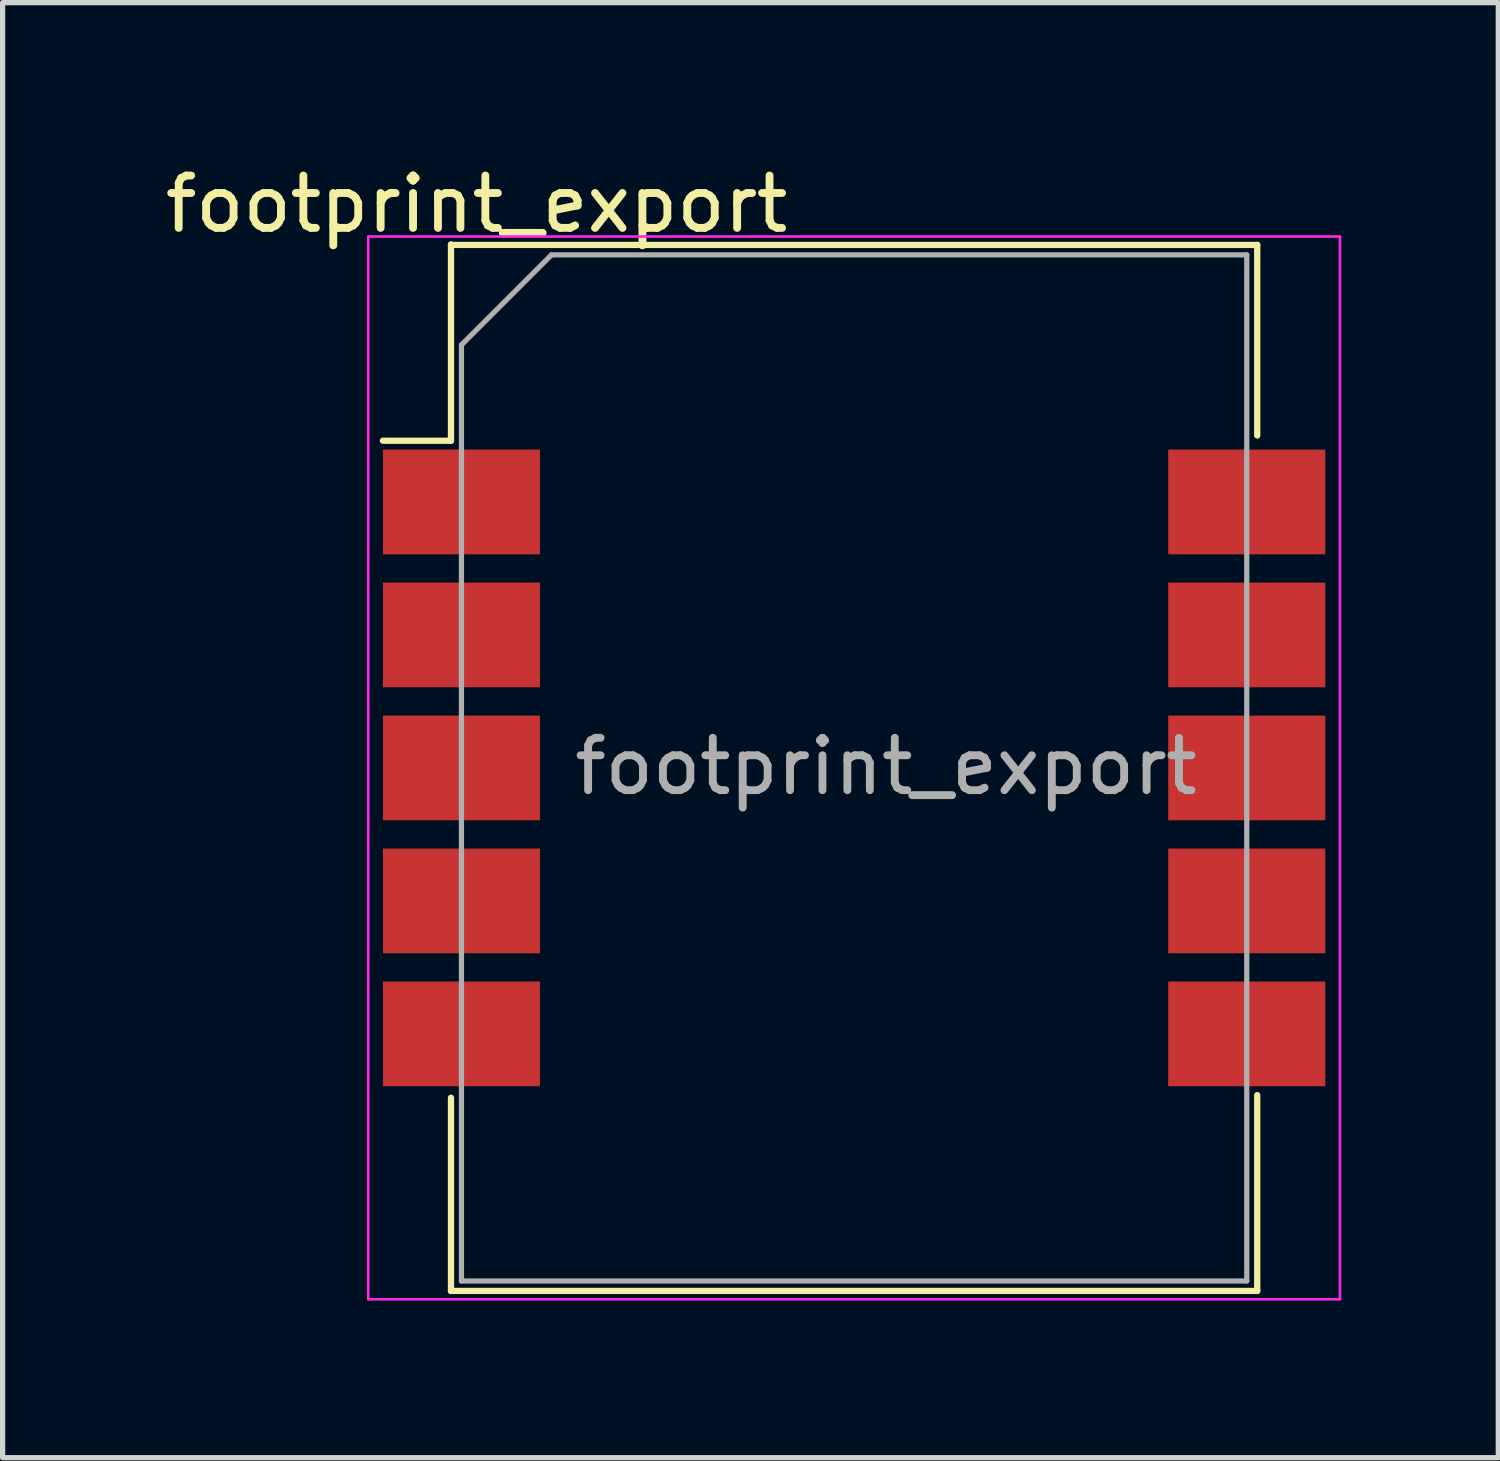
<source format=kicad_pcb>
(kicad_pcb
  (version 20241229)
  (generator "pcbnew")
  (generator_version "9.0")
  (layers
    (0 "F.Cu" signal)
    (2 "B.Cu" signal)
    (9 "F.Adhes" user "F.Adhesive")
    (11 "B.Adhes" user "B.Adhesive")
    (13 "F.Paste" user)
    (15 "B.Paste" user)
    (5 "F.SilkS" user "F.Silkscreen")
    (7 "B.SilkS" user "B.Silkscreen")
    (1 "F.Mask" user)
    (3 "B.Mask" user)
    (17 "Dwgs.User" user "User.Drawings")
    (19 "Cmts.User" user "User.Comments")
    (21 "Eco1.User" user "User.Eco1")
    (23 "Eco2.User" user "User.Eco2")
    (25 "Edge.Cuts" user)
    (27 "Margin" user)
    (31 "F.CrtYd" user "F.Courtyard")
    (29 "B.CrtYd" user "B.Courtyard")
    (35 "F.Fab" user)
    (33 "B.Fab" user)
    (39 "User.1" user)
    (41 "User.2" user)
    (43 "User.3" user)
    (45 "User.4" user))
  (footprint "footprint_export"
    (layer "F.Cu")
    (at 13.264 11.618)
    (property "Reference" "footprint_export" (at -7.21 -10.77 0) (layer "F.SilkS") (effects (font (size 1 1) (thickness 0.15))))
    (attr smd)
    (fp_line (start -9 -6.25) (end -7.7 -6.25) (stroke (width 0.12) (type solid)) (layer "F.SilkS"))
    (fp_line (start -7.7 -9.99) (end 7.7 -9.99) (stroke (width 0.12) (type solid)) (layer "F.SilkS"))
    (fp_line (start -7.7 -6.25) (end -7.7 -10) (stroke (width 0.12) (type solid)) (layer "F.SilkS"))
    (fp_line (start -7.7 6.3) (end -7.7 9.99) (stroke (width 0.12) (type solid)) (layer "F.SilkS"))
    (fp_line (start 7.7 -9.99) (end 7.7 -6.35) (stroke (width 0.12) (type solid)) (layer "F.SilkS"))
    (fp_line (start 7.7 6.25) (end 7.7 9.99) (stroke (width 0.12) (type solid)) (layer "F.SilkS"))
    (fp_line (start 7.7 9.99) (end -7.7 9.99) (stroke (width 0.12) (type solid)) (layer "F.SilkS"))
    (fp_line (start -9.28 -10.15) (end 9.28 -10.15) (stroke (width 0.05) (type solid)) (layer "F.CrtYd"))
    (fp_line (start -9.28 10.15) (end -9.28 -10.15) (stroke (width 0.05) (type solid)) (layer "F.CrtYd"))
    (fp_line (start 9.28 -10.15) (end 9.28 10.15) (stroke (width 0.05) (type solid)) (layer "F.CrtYd"))
    (fp_line (start 9.28 10.15) (end -9.28 10.15) (stroke (width 0.05) (type solid)) (layer "F.CrtYd"))
    (fp_line (start -7.5 -8.08) (end -7.5 9.8) (stroke (width 0.1) (type solid)) (layer "F.Fab"))
    (fp_line (start -7.5 -8.08) (end -5.78 -9.8) (stroke (width 0.1) (type solid)) (layer "F.Fab"))
    (fp_line (start 7.5 -9.8) (end -5.78 -9.8) (stroke (width 0.1) (type solid)) (layer "F.Fab"))
    (fp_line (start 7.5 -9.8) (end 7.5 9.8) (stroke (width 0.1) (type solid)) (layer "F.Fab"))
    (fp_line (start 7.5 9.8) (end -7.5 9.8) (stroke (width 0.1) (type solid)) (layer "F.Fab"))
    (fp_text user "${REFERENCE}" (at 0.61 -0.03 0) (layer "F.Fab") (effects (font (size 1 1) (thickness 0.15))))
    (pad "1" smd rect (at -7.5 -5.08 270) (size 2 3) (layers "F.Cu" "F.Mask" "F.Paste"))
    (pad "2" smd rect (at -7.5 -2.54 270) (size 2 3) (layers "F.Cu" "F.Mask" "F.Paste"))
    (pad "3" smd rect (at -7.5 0 270) (size 2 3) (layers "F.Cu" "F.Mask" "F.Paste"))
    (pad "4" smd rect (at -7.5 2.54 270) (size 2 3) (layers "F.Cu" "F.Mask" "F.Paste"))
    (pad "5" smd rect (at -7.5 5.08 270) (size 2 3) (layers "F.Cu" "F.Mask" "F.Paste"))
    (pad "6" smd rect (at 7.5 5.08 270) (size 2 3) (layers "F.Cu" "F.Mask" "F.Paste"))
    (pad "7" smd rect (at 7.5 2.54 270) (size 2 3) (layers "F.Cu" "F.Mask" "F.Paste"))
    (pad "8" smd rect (at 7.5 0 270) (size 2 3) (layers "F.Cu" "F.Mask" "F.Paste"))
    (pad "9" smd rect (at 7.5 -2.54 270) (size 2 3) (layers "F.Cu" "F.Mask" "F.Paste"))
    (pad "10" smd rect (at 7.5 -5.08 270) (size 2 3) (layers "F.Cu" "F.Mask" "F.Paste")))
  (gr_rect
    (start -3 -3)
    (end 25.569 24.793)
    (stroke (width 0.1) (type default))
    (fill no)
    (layer "Edge.Cuts")))
</source>
